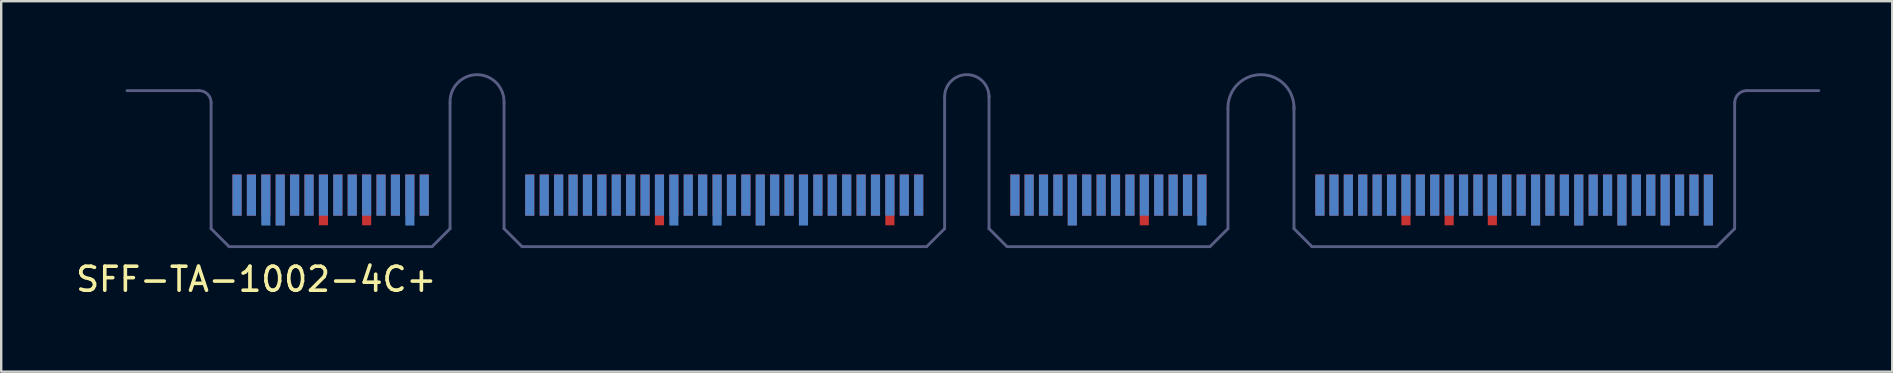
<source format=kicad_pcb>
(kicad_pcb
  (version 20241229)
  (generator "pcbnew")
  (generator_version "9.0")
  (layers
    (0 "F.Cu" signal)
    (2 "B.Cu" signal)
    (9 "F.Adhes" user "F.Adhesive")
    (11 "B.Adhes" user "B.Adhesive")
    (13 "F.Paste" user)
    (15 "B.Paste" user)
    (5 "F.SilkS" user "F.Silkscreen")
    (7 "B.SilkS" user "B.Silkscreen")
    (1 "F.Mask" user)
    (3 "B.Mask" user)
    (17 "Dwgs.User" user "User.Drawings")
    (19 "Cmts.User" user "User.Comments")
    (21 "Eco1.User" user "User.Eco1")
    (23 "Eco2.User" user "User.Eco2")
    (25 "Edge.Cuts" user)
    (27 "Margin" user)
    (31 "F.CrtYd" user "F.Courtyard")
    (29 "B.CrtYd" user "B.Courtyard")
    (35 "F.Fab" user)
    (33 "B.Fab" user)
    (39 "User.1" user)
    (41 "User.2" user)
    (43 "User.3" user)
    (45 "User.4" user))
  (footprint "SFF-TA-1002-4C+"
    (layer "F.Cu")
    (at 37.225 5.286)
    (property "Reference" "SFF-TA-1002-4C+" (at -29.6 3.3 0) (layer "F.SilkS") (effects (font (size 1 1) (thickness 0.15))))
    (attr through_hole)
    (fp_line (start -34.98 -4.56) (end -31.98 -4.56) (stroke (width 0.12) (type solid)) (layer "B.Fab"))
    (fp_line (start -31.48 1.19) (end -31.48 -4.06) (stroke (width 0.12) (type solid)) (layer "B.Fab"))
    (fp_line (start -30.73 1.94) (end -31.48 1.19) (stroke (width 0.12) (type solid)) (layer "B.Fab"))
    (fp_line (start -30.73 1.94) (end -22.275 1.94) (stroke (width 0.12) (type solid)) (layer "B.Fab"))
    (fp_line (start -21.525 1.19) (end -22.275 1.94) (stroke (width 0.12) (type solid)) (layer "B.Fab"))
    (fp_line (start -21.525 1.19) (end -21.525 -4.06) (stroke (width 0.12) (type solid)) (layer "B.Fab"))
    (fp_line (start -19.275 1.19) (end -19.275 -4.06) (stroke (width 0.12) (type solid)) (layer "B.Fab"))
    (fp_line (start -19.275 1.19) (end -18.525 1.94) (stroke (width 0.12) (type solid)) (layer "B.Fab"))
    (fp_line (start -18.525 1.94) (end -1.67 1.94) (stroke (width 0.12) (type solid)) (layer "B.Fab"))
    (fp_line (start -0.92 1.19) (end -1.67 1.94) (stroke (width 0.12) (type solid)) (layer "B.Fab"))
    (fp_line (start -0.92 1.19) (end -0.92 -4.26) (stroke (width 0.12) (type solid)) (layer "B.Fab"))
    (fp_line (start 0.93 1.19) (end 0.93 -4.34) (stroke (width 0.12) (type solid)) (layer "B.Fab"))
    (fp_line (start 0.93 1.19) (end 1.68 1.94) (stroke (width 0.12) (type solid)) (layer "B.Fab"))
    (fp_line (start 1.68 1.94) (end 10.135 1.94) (stroke (width 0.12) (type solid)) (layer "B.Fab"))
    (fp_line (start 10.135 1.94) (end 10.885 1.19) (stroke (width 0.12) (type solid)) (layer "B.Fab"))
    (fp_line (start 10.885 1.19) (end 10.885 -3.81) (stroke (width 0.12) (type solid)) (layer "B.Fab"))
    (fp_line (start 13.635 1.19) (end 13.635 -3.89) (stroke (width 0.12) (type solid)) (layer "B.Fab"))
    (fp_line (start 14.385 1.94) (end 13.635 1.19) (stroke (width 0.12) (type solid)) (layer "B.Fab"))
    (fp_line (start 14.385 1.94) (end 31.245 1.94) (stroke (width 0.12) (type solid)) (layer "B.Fab"))
    (fp_line (start 31.995 1.19) (end 31.245 1.94) (stroke (width 0.12) (type solid)) (layer "B.Fab"))
    (fp_line (start 31.995 1.19) (end 31.995 -4.06) (stroke (width 0.12) (type solid)) (layer "B.Fab"))
    (fp_line (start 35.5 -4.56) (end 32.5 -4.56) (stroke (width 0.12) (type solid)) (layer "B.Fab"))
    (fp_arc (start -31.98 -4.56) (mid -31.626447 -4.413553) (end -31.48 -4.06) (stroke (width 0.12) (type solid)) (layer "B.Fab"))
    (fp_arc (start -21.525 -4.06) (mid -20.4 -5.225711) (end -19.275 -4.06) (stroke (width 0.12) (type solid)) (layer "B.Fab"))
    (fp_arc (start -0.92 -4.26) (mid -0.015005 -5.225648) (end 0.930864 -4.3) (stroke (width 0.12) (type solid)) (layer "B.Fab"))
    (fp_arc (start 10.885 -3.81) (mid 12.264997 -5.225573) (end 13.634673 -3.800012) (stroke (width 0.12) (type solid)) (layer "B.Fab"))
    (fp_arc (start 32 -4.06) (mid 32.146447 -4.413553) (end 32.5 -4.56) (stroke (width 0.12) (type solid)) (layer "B.Fab"))
    (pad "A1" smd rect (at -18.205 -0.205) (size 0.38 1.71) (layers "B.Cu" "B.Mask"))
    (pad "A2" smd rect (at -17.6 -0.205) (size 0.38 1.71) (layers "B.Cu" "B.Mask"))
    (pad "A3" smd rect (at -17 -0.205) (size 0.38 1.71) (layers "B.Cu" "B.Mask"))
    (pad "A4" smd rect (at -16.4 -0.205) (size 0.38 1.71) (layers "B.Cu" "B.Mask"))
    (pad "A5" smd rect (at -15.8 -0.205) (size 0.38 1.71) (layers "B.Cu" "B.Mask"))
    (pad "A6" smd rect (at -15.2 -0.205) (size 0.38 1.71) (layers "B.Cu" "B.Mask"))
    (pad "A7" smd rect (at -14.6 -0.205) (size 0.38 1.71) (layers "B.Cu" "B.Mask"))
    (pad "A8" smd rect (at -14 -0.205) (size 0.38 1.71) (layers "B.Cu" "B.Mask"))
    (pad "A9" smd rect (at -13.4 -0.205) (size 0.38 1.71) (layers "B.Cu" "B.Mask"))
    (pad "A10" smd rect (at -12.8 -0.205) (size 0.38 1.71) (layers "B.Cu" "B.Mask"))
    (pad "A11" smd rect (at -12.2 0) (size 0.38 2.12) (layers "B.Cu" "B.Mask"))
    (pad "A12" smd rect (at -11.6 -0.205) (size 0.38 1.71) (layers "B.Cu" "B.Mask"))
    (pad "A13" smd rect (at -11 -0.205) (size 0.38 1.71) (layers "B.Cu" "B.Mask"))
    (pad "A14" smd rect (at -10.4 0) (size 0.38 2.12) (layers "B.Cu" "B.Mask"))
    (pad "A15" smd rect (at -9.8 -0.205) (size 0.38 1.71) (layers "B.Cu" "B.Mask"))
    (pad "A16" smd rect (at -9.2 -0.205) (size 0.38 1.71) (layers "B.Cu" "B.Mask"))
    (pad "A17" smd rect (at -8.6 0) (size 0.38 2.12) (layers "B.Cu" "B.Mask"))
    (pad "A18" smd rect (at -8 -0.205) (size 0.38 1.71) (layers "B.Cu" "B.Mask"))
    (pad "A19" smd rect (at -7.4 -0.205) (size 0.38 1.71) (layers "B.Cu" "B.Mask"))
    (pad "A20" smd rect (at -6.8 0) (size 0.38 2.12) (layers "B.Cu" "B.Mask"))
    (pad "A21" smd rect (at -6.2 -0.205) (size 0.38 1.71) (layers "B.Cu" "B.Mask"))
    (pad "A22" smd rect (at -5.6 -0.205) (size 0.38 1.71) (layers "B.Cu" "B.Mask"))
    (pad "A23" smd rect (at -5 -0.205) (size 0.38 1.71) (layers "B.Cu" "B.Mask"))
    (pad "A24" smd rect (at -4.4 -0.205) (size 0.38 1.71) (layers "B.Cu" "B.Mask"))
    (pad "A25" smd rect (at -3.8 -0.205) (size 0.38 1.71) (layers "B.Cu" "B.Mask"))
    (pad "A26" smd rect (at -3.2 -0.205) (size 0.38 1.71) (layers "B.Cu" "B.Mask"))
    (pad "A27" smd rect (at -2.6 -0.205) (size 0.38 1.71) (layers "B.Cu" "B.Mask"))
    (pad "A28" smd rect (at -2 -0.205) (size 0.38 1.71) (layers "B.Cu" "B.Mask"))
    (pad "A29" smd rect (at 2.01 -0.205) (size 0.38 1.71) (layers "B.Cu" "B.Mask"))
    (pad "A30" smd rect (at 2.6 -0.205) (size 0.38 1.71) (layers "B.Cu" "B.Mask"))
    (pad "A31" smd rect (at 3.2 -0.205) (size 0.38 1.71) (layers "B.Cu" "B.Mask"))
    (pad "A32" smd rect (at 3.8 -0.205) (size 0.38 1.71) (layers "B.Cu" "B.Mask"))
    (pad "A33" smd rect (at 4.4 0) (size 0.38 2.12) (layers "B.Cu" "B.Mask"))
    (pad "A34" smd rect (at 5 -0.205) (size 0.38 1.71) (layers "B.Cu" "B.Mask"))
    (pad "A35" smd rect (at 5.6 -0.205) (size 0.38 1.71) (layers "B.Cu" "B.Mask"))
    (pad "A36" smd rect (at 6.2 -0.205) (size 0.38 1.71) (layers "B.Cu" "B.Mask"))
    (pad "A37" smd rect (at 6.8 -0.205) (size 0.38 1.71) (layers "B.Cu" "B.Mask"))
    (pad "A38" smd rect (at 7.4 -0.205) (size 0.38 1.71) (layers "B.Cu" "B.Mask"))
    (pad "A39" smd rect (at 8 -0.205) (size 0.38 1.71) (layers "B.Cu" "B.Mask"))
    (pad "A40" smd rect (at 8.6 -0.205) (size 0.38 1.71) (layers "B.Cu" "B.Mask"))
    (pad "A41" smd rect (at 9.2 -0.205) (size 0.38 1.71) (layers "B.Cu" "B.Mask"))
    (pad "A42" smd rect (at 9.8 0) (size 0.38 2.12) (layers "B.Cu" "B.Mask"))
    (pad "A43" smd rect (at 14.715 -0.205) (size 0.38 1.71) (layers "B.Cu" "B.Mask"))
    (pad "A44" smd rect (at 15.3 -0.205) (size 0.38 1.71) (layers "B.Cu" "B.Mask"))
    (pad "A45" smd rect (at 15.9 -0.205) (size 0.38 1.71) (layers "B.Cu" "B.Mask"))
    (pad "A46" smd rect (at 16.5 -0.205) (size 0.38 1.71) (layers "B.Cu" "B.Mask"))
    (pad "A47" smd rect (at 17.1 -0.205) (size 0.38 1.71) (layers "B.Cu" "B.Mask"))
    (pad "A48" smd rect (at 17.7 -0.205) (size 0.38 1.71) (layers "B.Cu" "B.Mask"))
    (pad "A49" smd rect (at 18.3 -0.205) (size 0.38 1.71) (layers "B.Cu" "B.Mask"))
    (pad "A50" smd rect (at 18.9 -0.205) (size 0.38 1.71) (layers "B.Cu" "B.Mask"))
    (pad "A51" smd rect (at 19.5 -0.205) (size 0.38 1.71) (layers "B.Cu" "B.Mask"))
    (pad "A52" smd rect (at 20.1 -0.205) (size 0.38 1.71) (layers "B.Cu" "B.Mask"))
    (pad "A53" smd rect (at 20.7 -0.205) (size 0.38 1.71) (layers "B.Cu" "B.Mask"))
    (pad "A54" smd rect (at 21.3 -0.205) (size 0.38 1.71) (layers "B.Cu" "B.Mask"))
    (pad "A55" smd rect (at 21.9 -0.205) (size 0.38 1.71) (layers "B.Cu" "B.Mask"))
    (pad "A56" smd rect (at 22.5 -0.205) (size 0.38 1.71) (layers "B.Cu" "B.Mask"))
    (pad "A57" smd rect (at 23.1 -0.205) (size 0.38 1.71) (layers "B.Cu" "B.Mask"))
    (pad "A58" smd rect (at 23.7 0) (size 0.38 2.12) (layers "B.Cu" "B.Mask"))
    (pad "A59" smd rect (at 24.3 -0.205) (size 0.38 1.71) (layers "B.Cu" "B.Mask"))
    (pad "A60" smd rect (at 24.9 -0.205) (size 0.38 1.71) (layers "B.Cu" "B.Mask"))
    (pad "A61" smd rect (at 25.5 0) (size 0.38 2.12) (layers "B.Cu" "B.Mask"))
    (pad "A62" smd rect (at 26.1 -0.205) (size 0.38 1.71) (layers "B.Cu" "B.Mask"))
    (pad "A63" smd rect (at 26.7 -0.205) (size 0.38 1.71) (layers "B.Cu" "B.Mask"))
    (pad "A64" smd rect (at 27.3 0) (size 0.38 2.12) (layers "B.Cu" "B.Mask"))
    (pad "A65" smd rect (at 27.9 -0.205) (size 0.38 1.71) (layers "B.Cu" "B.Mask"))
    (pad "A66" smd rect (at 28.5 -0.205) (size 0.38 1.71) (layers "B.Cu" "B.Mask"))
    (pad "A67" smd rect (at 29.1 0) (size 0.38 2.12) (layers "B.Cu" "B.Mask"))
    (pad "A68" smd rect (at 29.7 -0.205) (size 0.38 1.71) (layers "B.Cu" "B.Mask"))
    (pad "A69" smd rect (at 30.3 -0.205) (size 0.38 1.71) (layers "B.Cu" "B.Mask"))
    (pad "A70" smd rect (at 30.9 0) (size 0.38 2.12) (layers "B.Cu" "B.Mask"))
    (pad "B1" smd rect (at -18.205 -0.21) (size 0.38 1.72) (layers "F.Cu" "F.Mask"))
    (pad "B2" smd rect (at -17.6 -0.21) (size 0.38 1.72) (layers "F.Cu" "F.Mask"))
    (pad "B3" smd rect (at -17 -0.21) (size 0.38 1.72) (layers "F.Cu" "F.Mask"))
    (pad "B4" smd rect (at -16.4 -0.21) (size 0.38 1.72) (layers "F.Cu" "F.Mask"))
    (pad "B5" smd rect (at -15.8 -0.21) (size 0.38 1.72) (layers "F.Cu" "F.Mask"))
    (pad "B6" smd rect (at -15.2 -0.21) (size 0.38 1.72) (layers "F.Cu" "F.Mask"))
    (pad "B7" smd rect (at -14.6 -0.21) (size 0.38 1.72) (layers "F.Cu" "F.Mask"))
    (pad "B8" smd rect (at -14 -0.21) (size 0.38 1.72) (layers "F.Cu" "F.Mask"))
    (pad "B9" smd rect (at -13.4 -0.21) (size 0.38 1.72) (layers "F.Cu" "F.Mask"))
    (pad "B10" smd rect (at -12.8 -0.01) (size 0.38 2.12) (layers "F.Cu" "F.Mask"))
    (pad "B11" smd rect (at -12.2 -0.21) (size 0.38 1.72) (layers "F.Cu" "F.Mask"))
    (pad "B12" smd rect (at -11.6 -0.21) (size 0.38 1.72) (layers "F.Cu" "F.Mask"))
    (pad "B13" smd rect (at -11 -0.21) (size 0.38 1.72) (layers "F.Cu" "F.Mask"))
    (pad "B14" smd rect (at -10.4 -0.21) (size 0.38 1.72) (layers "F.Cu" "F.Mask"))
    (pad "B15" smd rect (at -9.8 -0.21) (size 0.38 1.72) (layers "F.Cu" "F.Mask"))
    (pad "B16" smd rect (at -9.2 -0.21) (size 0.38 1.72) (layers "F.Cu" "F.Mask"))
    (pad "B17" smd rect (at -8.6 -0.01) (size 0.38 2.12) (layers "F.Cu" "F.Mask"))
    (pad "B18" smd rect (at -8 -0.21) (size 0.38 1.72) (layers "F.Cu" "F.Mask"))
    (pad "B19" smd rect (at -7.4 -0.21) (size 0.38 1.72) (layers "F.Cu" "F.Mask"))
    (pad "B20" smd rect (at -6.8 -0.21) (size 0.38 1.72) (layers "F.Cu" "F.Mask"))
    (pad "B21" smd rect (at -6.2 -0.21) (size 0.38 1.72) (layers "F.Cu" "F.Mask"))
    (pad "B22" smd rect (at -5.6 -0.21) (size 0.38 1.72) (layers "F.Cu" "F.Mask"))
    (pad "B23" smd rect (at -5 -0.21) (size 0.38 1.72) (layers "F.Cu" "F.Mask"))
    (pad "B24" smd rect (at -4.4 -0.21) (size 0.38 1.72) (layers "F.Cu" "F.Mask"))
    (pad "B25" smd rect (at -3.8 -0.21) (size 0.38 1.72) (layers "F.Cu" "F.Mask"))
    (pad "B26" smd rect (at -3.2 -0.01) (size 0.38 2.12) (layers "F.Cu" "F.Mask"))
    (pad "B27" smd rect (at -2.6 -0.21) (size 0.38 1.72) (layers "F.Cu" "F.Mask"))
    (pad "B28" smd rect (at -2 -0.21) (size 0.38 1.72) (layers "F.Cu" "F.Mask"))
    (pad "B29" smd rect (at 2.01 -0.21) (size 0.38 1.72) (layers "F.Cu" "F.Mask"))
    (pad "B30" smd rect (at 2.6 -0.21) (size 0.38 1.72) (layers "F.Cu" "F.Mask"))
    (pad "B31" smd rect (at 3.2 -0.21) (size 0.38 1.72) (layers "F.Cu" "F.Mask"))
    (pad "B32" smd rect (at 3.8 -0.21) (size 0.38 1.72) (layers "F.Cu" "F.Mask"))
    (pad "B33" smd rect (at 4.4 -0.01) (size 0.38 2.12) (layers "F.Cu" "F.Mask"))
    (pad "B34" smd rect (at 5 -0.21) (size 0.38 1.72) (layers "F.Cu" "F.Mask"))
    (pad "B35" smd rect (at 5.6 -0.21) (size 0.38 1.72) (layers "F.Cu" "F.Mask"))
    (pad "B36" smd rect (at 6.2 -0.21) (size 0.38 1.72) (layers "F.Cu" "F.Mask"))
    (pad "B37" smd rect (at 6.8 -0.21) (size 0.38 1.72) (layers "F.Cu" "F.Mask"))
    (pad "B38" smd rect (at 7.4 -0.01) (size 0.38 2.12) (layers "F.Cu" "F.Mask"))
    (pad "B39" smd rect (at 8 -0.21) (size 0.38 1.72) (layers "F.Cu" "F.Mask"))
    (pad "B40" smd rect (at 8.6 -0.21) (size 0.38 1.72) (layers "F.Cu" "F.Mask"))
    (pad "B41" smd rect (at 9.2 -0.21) (size 0.38 1.72) (layers "F.Cu" "F.Mask"))
    (pad "B42" smd rect (at 9.8 -0.21) (size 0.38 1.72) (layers "F.Cu" "F.Mask"))
    (pad "B43" smd rect (at 14.715 -0.21) (size 0.38 1.72) (layers "F.Cu" "F.Mask"))
    (pad "B44" smd rect (at 15.3 -0.21) (size 0.38 1.72) (layers "F.Cu" "F.Mask"))
    (pad "B45" smd rect (at 15.9 -0.21) (size 0.38 1.72) (layers "F.Cu" "F.Mask"))
    (pad "B46" smd rect (at 16.5 -0.21) (size 0.38 1.72) (layers "F.Cu" "F.Mask"))
    (pad "B47" smd rect (at 17.1 -0.21) (size 0.38 1.72) (layers "F.Cu" "F.Mask"))
    (pad "B48" smd rect (at 17.7 -0.21) (size 0.38 1.72) (layers "F.Cu" "F.Mask"))
    (pad "B49" smd rect (at 18.3 -0.01) (size 0.38 2.12) (layers "F.Cu" "F.Mask"))
    (pad "B50" smd rect (at 18.9 -0.21) (size 0.38 1.72) (layers "F.Cu" "F.Mask"))
    (pad "B51" smd rect (at 19.5 -0.21) (size 0.38 1.72) (layers "F.Cu" "F.Mask"))
    (pad "B52" smd rect (at 20.1 -0.01) (size 0.38 2.12) (layers "F.Cu" "F.Mask"))
    (pad "B53" smd rect (at 20.7 -0.21) (size 0.38 1.72) (layers "F.Cu" "F.Mask"))
    (pad "B54" smd rect (at 21.3 -0.21) (size 0.38 1.72) (layers "F.Cu" "F.Mask"))
    (pad "B55" smd rect (at 21.9 -0.01) (size 0.38 2.12) (layers "F.Cu" "F.Mask"))
    (pad "B56" smd rect (at 22.5 -0.21) (size 0.38 1.72) (layers "F.Cu" "F.Mask"))
    (pad "B57" smd rect (at 23.1 -0.21) (size 0.38 1.72) (layers "F.Cu" "F.Mask"))
    (pad "B58" smd rect (at 23.7 -0.01) (size 0.38 2.12) (layers "F.Cu" "F.Mask"))
    (pad "B59" smd rect (at 24.3 -0.21) (size 0.38 1.72) (layers "F.Cu" "F.Mask"))
    (pad "B60" smd rect (at 24.9 -0.21) (size 0.38 1.72) (layers "F.Cu" "F.Mask"))
    (pad "B61" smd rect (at 25.5 -0.01) (size 0.38 2.12) (layers "F.Cu" "F.Mask"))
    (pad "B62" smd rect (at 26.1 -0.21) (size 0.38 1.72) (layers "F.Cu" "F.Mask"))
    (pad "B63" smd rect (at 26.7 -0.21) (size 0.38 1.72) (layers "F.Cu" "F.Mask"))
    (pad "B64" smd rect (at 27.3 -0.01) (size 0.38 2.12) (layers "F.Cu" "F.Mask"))
    (pad "B65" smd rect (at 27.9 -0.21) (size 0.38 1.72) (layers "F.Cu" "F.Mask"))
    (pad "B66" smd rect (at 28.5 -0.21) (size 0.38 1.72) (layers "F.Cu" "F.Mask"))
    (pad "B67" smd rect (at 29.1 -0.01) (size 0.38 2.12) (layers "F.Cu" "F.Mask"))
    (pad "B68" smd rect (at 29.7 -0.21) (size 0.38 1.72) (layers "F.Cu" "F.Mask"))
    (pad "B69" smd rect (at 30.3 -0.21) (size 0.38 1.72) (layers "F.Cu" "F.Mask"))
    (pad "B70" smd rect (at 30.9 -0.01) (size 0.38 2.12) (layers "F.Cu" "F.Mask"))
    (pad "OA1" smd rect (at -30.4 -0.205) (size 0.38 1.71) (layers "B.Cu" "B.Mask"))
    (pad "OA2" smd rect (at -29.8 -0.205) (size 0.38 1.71) (layers "B.Cu" "B.Mask"))
    (pad "OA3" smd rect (at -29.2 0) (size 0.38 2.12) (layers "B.Cu" "B.Mask"))
    (pad "OA4" smd rect (at -28.6 0) (size 0.38 2.12) (layers "B.Cu" "B.Mask"))
    (pad "OA5" smd rect (at -28 -0.205) (size 0.38 1.71) (layers "B.Cu" "B.Mask"))
    (pad "OA6" smd rect (at -27.4 -0.205) (size 0.38 1.71) (layers "B.Cu" "B.Mask"))
    (pad "OA7" smd rect (at -26.8 -0.205) (size 0.38 1.71) (layers "B.Cu" "B.Mask"))
    (pad "OA8" smd rect (at -26.2 -0.205) (size 0.38 1.71) (layers "B.Cu" "B.Mask"))
    (pad "OA9" smd rect (at -25.6 -0.205) (size 0.38 1.71) (layers "B.Cu" "B.Mask"))
    (pad "OA10" smd rect (at -25 -0.205) (size 0.38 1.71) (layers "B.Cu" "B.Mask"))
    (pad "OA11" smd rect (at -24.4 -0.205) (size 0.38 1.71) (layers "B.Cu" "B.Mask"))
    (pad "OA12" smd rect (at -23.8 -0.205) (size 0.38 1.71) (layers "B.Cu" "B.Mask"))
    (pad "OA13" smd rect (at -23.2 0) (size 0.38 2.12) (layers "B.Cu" "B.Mask"))
    (pad "OA14" smd rect (at -22.6 -0.205) (size 0.38 1.71) (layers "B.Cu" "B.Mask"))
    (pad "OB1" smd rect (at -30.4 -0.21) (size 0.38 1.72) (layers "F.Cu" "F.Mask"))
    (pad "OB2" smd rect (at -29.8 -0.21) (size 0.38 1.72) (layers "F.Cu" "F.Mask"))
    (pad "OB3" smd rect (at -29.2 -0.21) (size 0.38 1.72) (layers "F.Cu" "F.Mask"))
    (pad "OB4" smd rect (at -28.6 -0.01) (size 0.38 2.12) (layers "F.Cu" "F.Mask"))
    (pad "OB5" smd rect (at -28 -0.21) (size 0.38 1.72) (layers "F.Cu" "F.Mask"))
    (pad "OB6" smd rect (at -27.4 -0.21) (size 0.38 1.72) (layers "F.Cu" "F.Mask"))
    (pad "OB7" smd rect (at -26.8 -0.01) (size 0.38 2.12) (layers "F.Cu" "F.Mask"))
    (pad "OB8" smd rect (at -26.2 -0.21) (size 0.38 1.72) (layers "F.Cu" "F.Mask"))
    (pad "OB9" smd rect (at -25.6 -0.21) (size 0.38 1.72) (layers "F.Cu" "F.Mask"))
    (pad "OB10" smd rect (at -25 -0.01) (size 0.38 2.12) (layers "F.Cu" "F.Mask"))
    (pad "OB11" smd rect (at -24.4 -0.21) (size 0.38 1.72) (layers "F.Cu" "F.Mask"))
    (pad "OB12" smd rect (at -23.8 -0.21) (size 0.38 1.72) (layers "F.Cu" "F.Mask"))
    (pad "OB13" smd rect (at -23.2 -0.21) (size 0.38 1.72) (layers "F.Cu" "F.Mask"))
    (pad "OB14" smd rect (at -22.6 -0.21) (size 0.38 1.72) (layers "F.Cu" "F.Mask")))
  (gr_rect
    (start -3 -3)
    (end 75.785 12.434)
    (stroke (width 0.1) (type default))
    (fill no)
    (layer "Edge.Cuts")))
</source>
